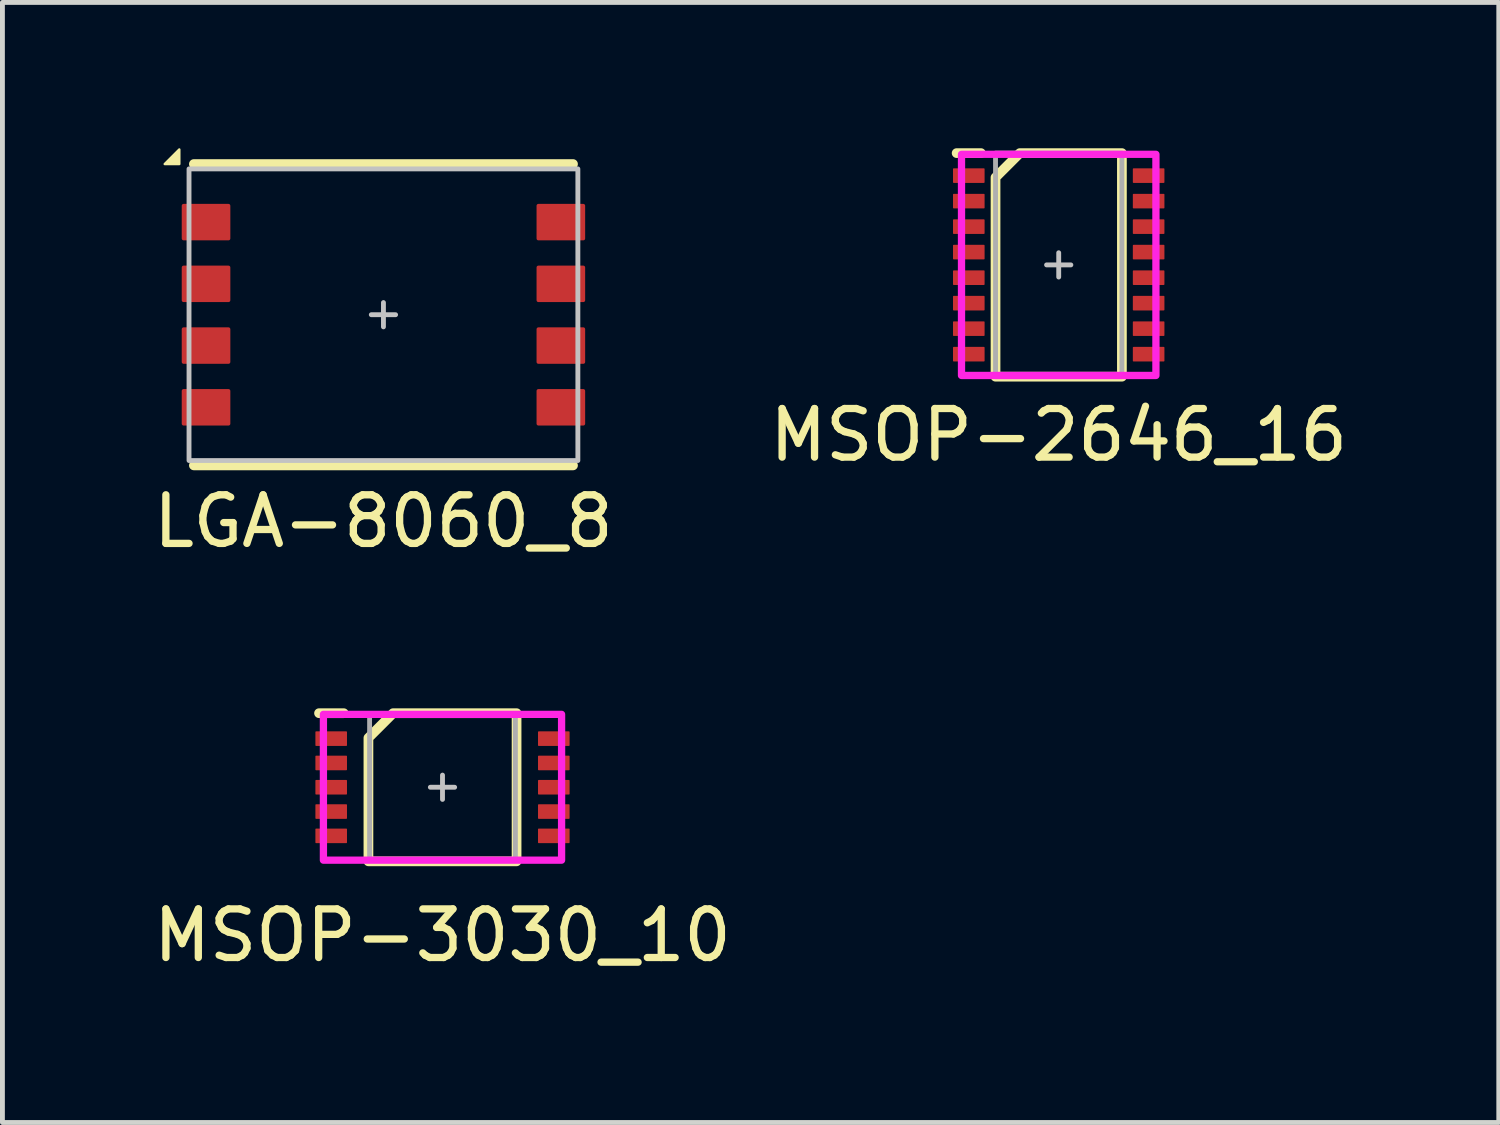
<source format=kicad_pcb>
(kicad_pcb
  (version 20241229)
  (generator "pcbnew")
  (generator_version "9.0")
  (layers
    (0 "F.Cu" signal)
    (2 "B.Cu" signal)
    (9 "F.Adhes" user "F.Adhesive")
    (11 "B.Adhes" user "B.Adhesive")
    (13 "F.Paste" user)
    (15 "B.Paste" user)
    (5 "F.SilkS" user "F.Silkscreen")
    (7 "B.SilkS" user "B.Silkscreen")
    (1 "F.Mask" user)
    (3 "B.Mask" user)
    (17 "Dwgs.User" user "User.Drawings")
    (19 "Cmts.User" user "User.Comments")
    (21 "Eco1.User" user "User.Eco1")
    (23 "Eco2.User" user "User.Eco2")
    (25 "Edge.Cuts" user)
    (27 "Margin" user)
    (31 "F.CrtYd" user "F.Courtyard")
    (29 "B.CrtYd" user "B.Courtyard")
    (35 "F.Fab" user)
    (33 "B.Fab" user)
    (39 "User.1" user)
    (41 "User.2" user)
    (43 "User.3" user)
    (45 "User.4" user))
  (footprint "MSOP-2646_16"
    (layer "F.Cu")
    (at 18.732 2.4)
    (property "Reference" "MSOP-2646_16" (at 0 3.5 0) (unlocked yes) (layer "F.SilkS") (effects (font (size 1 1) (thickness 0.15))))
    (attr smd)
    (fp_line (start -2.1 -2.3) (end -1.6 -2.3) (stroke (width 0.2) (type solid)) (layer "F.SilkS"))
    (fp_poly (pts (xy 1.3 2.3) (xy -1.3 2.3) (xy -1.3 -1.8) (xy -0.8 -2.3) (xy 1.3 -2.3)) (stroke (width 0.2) (type solid)) (fill no) (layer "F.SilkS"))
    (fp_line (start -0.25 0) (end 0.25 0) (stroke (width 0.1) (type solid)) (layer "Dwgs.User"))
    (fp_line (start 0 0.25) (end 0 -0.25) (stroke (width 0.1) (type solid)) (layer "Dwgs.User"))
    (fp_rect (start -2 -2.275) (end 2 2.275) (stroke (width 0.15) (type solid)) (fill no) (layer "F.CrtYd"))
    (fp_rect (start -1.3 -2.3) (end 1.3 2.3) (stroke (width 0.1) (type solid)) (fill no) (layer "F.Fab"))
    (pad "1" smd roundrect (at -1.85 -1.837) (size 0.65 0.3) (layers "F.Cu" "F.Mask" "F.Paste") (roundrect_rratio 0.05))
    (pad "2" smd roundrect (at -1.85 -1.312) (size 0.65 0.3) (layers "F.Cu" "F.Mask" "F.Paste") (roundrect_rratio 0.05))
    (pad "3" smd roundrect (at -1.85 -0.787) (size 0.65 0.3) (layers "F.Cu" "F.Mask" "F.Paste") (roundrect_rratio 0.05))
    (pad "4" smd roundrect (at -1.85 -0.263) (size 0.65 0.3) (layers "F.Cu" "F.Mask" "F.Paste") (roundrect_rratio 0.05))
    (pad "5" smd roundrect (at -1.85 0.263) (size 0.65 0.3) (layers "F.Cu" "F.Mask" "F.Paste") (roundrect_rratio 0.05))
    (pad "6" smd roundrect (at -1.85 0.787) (size 0.65 0.3) (layers "F.Cu" "F.Mask" "F.Paste") (roundrect_rratio 0.05))
    (pad "7" smd roundrect (at -1.85 1.312) (size 0.65 0.3) (layers "F.Cu" "F.Mask" "F.Paste") (roundrect_rratio 0.05))
    (pad "8" smd roundrect (at -1.85 1.837) (size 0.65 0.3) (layers "F.Cu" "F.Mask" "F.Paste") (roundrect_rratio 0.05))
    (pad "9" smd roundrect (at 1.85 1.837) (size 0.65 0.3) (layers "F.Cu" "F.Mask" "F.Paste") (roundrect_rratio 0.05))
    (pad "10" smd roundrect (at 1.85 1.312) (size 0.65 0.3) (layers "F.Cu" "F.Mask" "F.Paste") (roundrect_rratio 0.05))
    (pad "11" smd roundrect (at 1.85 0.787) (size 0.65 0.3) (layers "F.Cu" "F.Mask" "F.Paste") (roundrect_rratio 0.05))
    (pad "12" smd roundrect (at 1.85 0.263) (size 0.65 0.3) (layers "F.Cu" "F.Mask" "F.Paste") (roundrect_rratio 0.05))
    (pad "13" smd roundrect (at 1.85 -0.263) (size 0.65 0.3) (layers "F.Cu" "F.Mask" "F.Paste") (roundrect_rratio 0.05))
    (pad "14" smd roundrect (at 1.85 -0.787) (size 0.65 0.3) (layers "F.Cu" "F.Mask" "F.Paste") (roundrect_rratio 0.05))
    (pad "15" smd roundrect (at 1.85 -1.312) (size 0.65 0.3) (layers "F.Cu" "F.Mask" "F.Paste") (roundrect_rratio 0.05))
    (pad "16" smd roundrect (at 1.85 -1.837) (size 0.65 0.3) (layers "F.Cu" "F.Mask" "F.Paste") (roundrect_rratio 0.05)))
  (footprint "LGA-8060_8"
    (layer "F.Cu")
    (at 4.839 3.425)
    (property "Reference" "LGA-8060_8" (at 0 4.25 0) (unlocked yes) (layer "F.SilkS") (effects (font (size 1 1) (thickness 0.15))))
    (attr smd)
    (fp_line (start -3.9 -3.1) (end 3.9 -3.1) (stroke (width 0.2) (type solid)) (layer "F.SilkS"))
    (fp_line (start -3.9 3.1) (end 3.9 3.1) (stroke (width 0.2) (type solid)) (layer "F.SilkS"))
    (fp_poly (pts (xy -4.2 -3.4) (xy -4.2 -3.1) (xy -4.5 -3.1)) (stroke (width 0.05) (type solid)) (fill yes) (layer "F.SilkS"))
    (fp_line (start -0.25 0) (end 0.25 0) (stroke (width 0.1) (type solid)) (layer "Dwgs.User"))
    (fp_line (start 0 0.25) (end 0 -0.25) (stroke (width 0.1) (type solid)) (layer "Dwgs.User"))
    (fp_rect (start -4 -3) (end 4 3) (stroke (width 0.1) (type solid)) (fill no) (layer "Dwgs.User"))
    (pad "1" smd roundrect (at -3.65 -1.905) (size 1 0.75) (layers "F.Cu" "F.Mask" "F.Paste") (roundrect_rratio 0.05))
    (pad "2" smd roundrect (at -3.65 -0.635) (size 1 0.75) (layers "F.Cu" "F.Mask" "F.Paste") (roundrect_rratio 0.05))
    (pad "3" smd roundrect (at -3.65 0.635) (size 1 0.75) (layers "F.Cu" "F.Mask" "F.Paste") (roundrect_rratio 0.05))
    (pad "4" smd roundrect (at -3.65 1.905) (size 1 0.75) (layers "F.Cu" "F.Mask" "F.Paste") (roundrect_rratio 0.05))
    (pad "5" smd roundrect (at 3.65 1.905) (size 1 0.75) (layers "F.Cu" "F.Mask" "F.Paste") (roundrect_rratio 0.05))
    (pad "6" smd roundrect (at 3.65 0.635) (size 1 0.75) (layers "F.Cu" "F.Mask" "F.Paste") (roundrect_rratio 0.05))
    (pad "7" smd roundrect (at 3.65 -0.635) (size 1 0.75) (layers "F.Cu" "F.Mask" "F.Paste") (roundrect_rratio 0.05))
    (pad "8" smd roundrect (at 3.65 -1.905) (size 1 0.75) (layers "F.Cu" "F.Mask" "F.Paste") (roundrect_rratio 0.05)))
  (footprint "MSOP-3030_10"
    (layer "F.Cu")
    (at 6.054 13.147)
    (property "Reference" "MSOP-3030_10" (at 0 3.048 0) (unlocked yes) (layer "F.SilkS") (effects (font (size 1 1) (thickness 0.15))))
    (attr smd)
    (fp_line (start -2.54 -1.524) (end -2.032 -1.524) (stroke (width 0.2) (type solid)) (layer "F.SilkS"))
    (fp_poly (pts (xy 1.524 1.524) (xy -1.524 1.524) (xy -1.524 -1.016) (xy -1.016 -1.524) (xy 1.524 -1.524)) (stroke (width 0.2) (type solid)) (fill no) (layer "F.SilkS"))
    (fp_line (start -0.25 0) (end 0.25 0) (stroke (width 0.1) (type solid)) (layer "Dwgs.User"))
    (fp_line (start 0 0.25) (end 0 -0.25) (stroke (width 0.1) (type solid)) (layer "Dwgs.User"))
    (fp_rect (start -2.45 -1.5) (end 2.45 1.5) (stroke (width 0.15) (type solid)) (fill no) (layer "F.CrtYd"))
    (fp_rect (start -1.5 -1.5) (end 1.5 1.5) (stroke (width 0.1) (type solid)) (fill no) (layer "F.Fab"))
    (pad "1" smd roundrect (at -2.29 -1) (size 0.65 0.3) (layers "F.Cu" "F.Mask" "F.Paste") (roundrect_rratio 0.05))
    (pad "2" smd roundrect (at -2.29 -0.5) (size 0.65 0.3) (layers "F.Cu" "F.Mask" "F.Paste") (roundrect_rratio 0.05))
    (pad "3" smd roundrect (at -2.29 0) (size 0.65 0.3) (layers "F.Cu" "F.Mask" "F.Paste") (roundrect_rratio 0.05))
    (pad "4" smd roundrect (at -2.29 0.5) (size 0.65 0.3) (layers "F.Cu" "F.Mask" "F.Paste") (roundrect_rratio 0.05))
    (pad "5" smd roundrect (at -2.29 1) (size 0.65 0.3) (layers "F.Cu" "F.Mask" "F.Paste") (roundrect_rratio 0.05))
    (pad "6" smd roundrect (at 2.29 1) (size 0.65 0.3) (layers "F.Cu" "F.Mask" "F.Paste") (roundrect_rratio 0.05))
    (pad "7" smd roundrect (at 2.29 0.5) (size 0.65 0.3) (layers "F.Cu" "F.Mask" "F.Paste") (roundrect_rratio 0.05))
    (pad "8" smd roundrect (at 2.29 0) (size 0.65 0.3) (layers "F.Cu" "F.Mask" "F.Paste") (roundrect_rratio 0.05))
    (pad "9" smd roundrect (at 2.29 -0.5) (size 0.65 0.3) (layers "F.Cu" "F.Mask" "F.Paste") (roundrect_rratio 0.05))
    (pad "10" smd roundrect (at 2.29 -1) (size 0.65 0.3) (layers "F.Cu" "F.Mask" "F.Paste") (roundrect_rratio 0.05)))
  (gr_rect
    (start -3 -3)
    (end 27.786 20.044)
    (stroke (width 0.1) (type default))
    (fill no)
    (layer "Edge.Cuts")))
</source>
